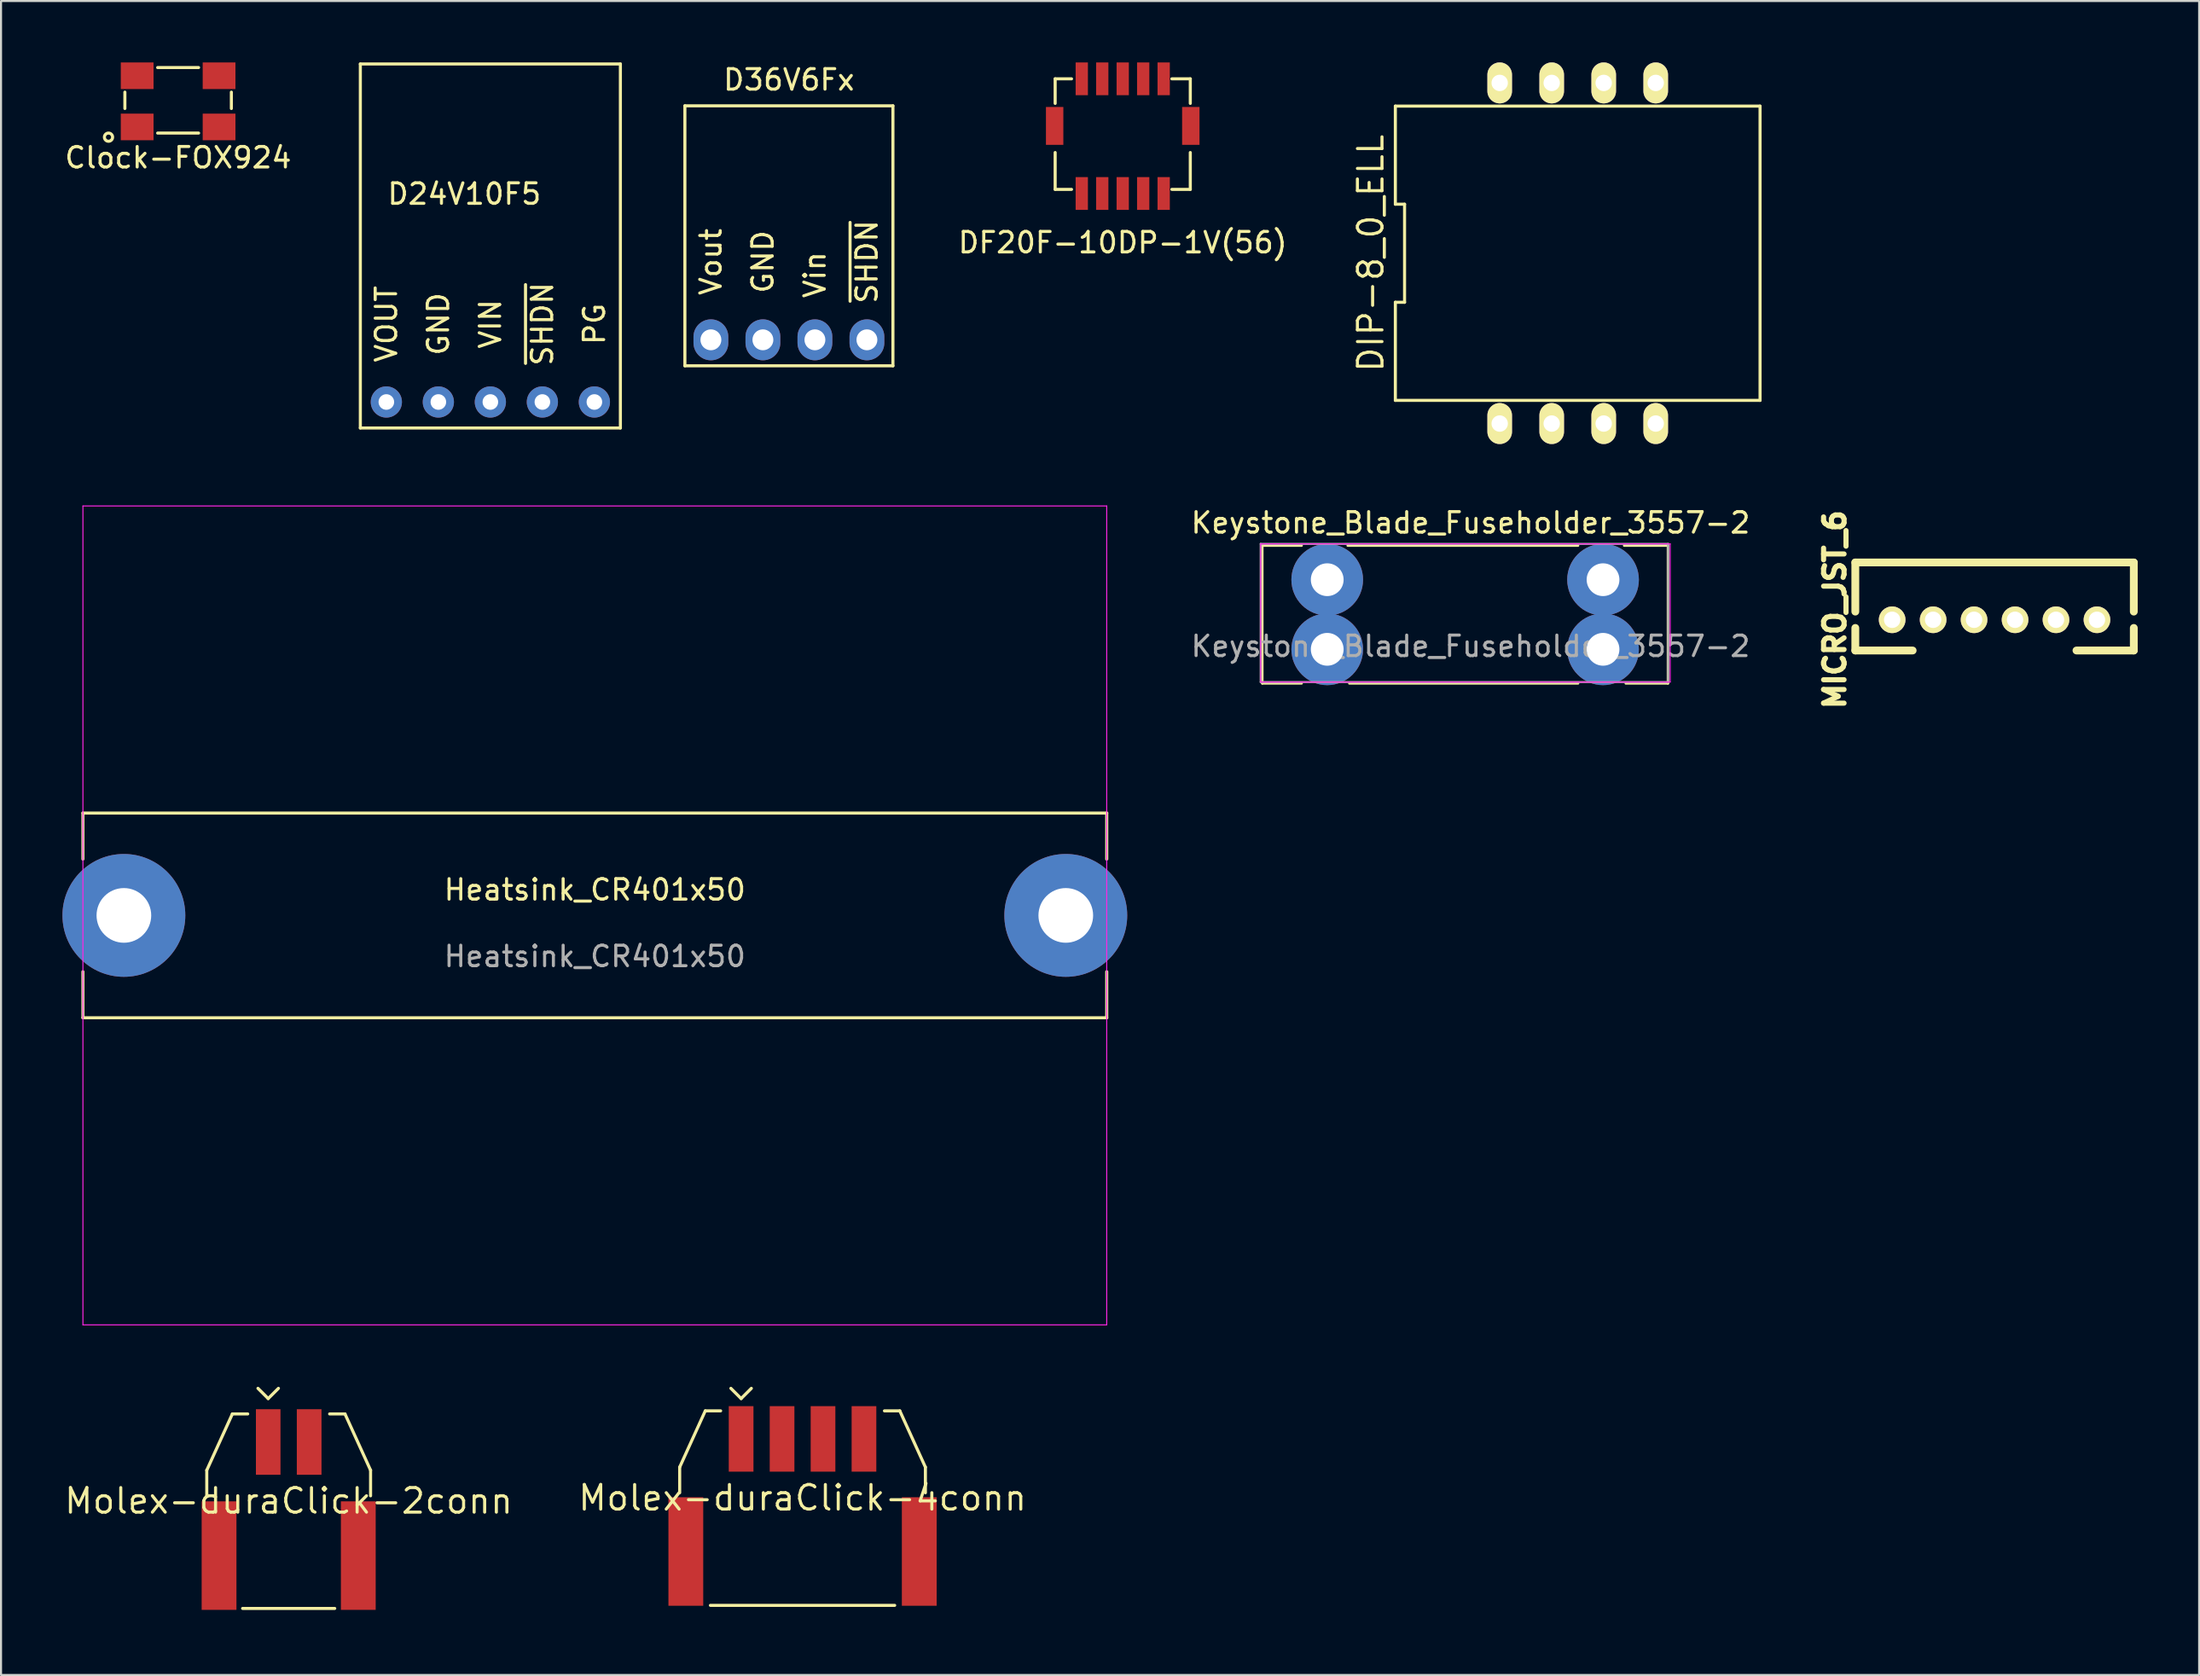
<source format=kicad_pcb>
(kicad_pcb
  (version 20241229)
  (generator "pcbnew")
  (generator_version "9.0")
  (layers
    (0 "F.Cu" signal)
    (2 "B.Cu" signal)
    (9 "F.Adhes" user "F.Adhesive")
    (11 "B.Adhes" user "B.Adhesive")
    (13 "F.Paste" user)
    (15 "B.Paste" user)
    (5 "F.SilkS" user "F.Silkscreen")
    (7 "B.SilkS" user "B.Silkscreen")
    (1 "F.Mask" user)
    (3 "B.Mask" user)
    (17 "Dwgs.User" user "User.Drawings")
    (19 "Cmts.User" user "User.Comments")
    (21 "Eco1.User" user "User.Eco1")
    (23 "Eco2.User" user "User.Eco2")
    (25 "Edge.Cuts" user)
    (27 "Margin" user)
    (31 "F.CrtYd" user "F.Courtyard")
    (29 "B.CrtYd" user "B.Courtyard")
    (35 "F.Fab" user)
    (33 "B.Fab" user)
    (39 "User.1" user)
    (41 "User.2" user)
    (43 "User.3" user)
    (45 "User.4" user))
  (footprint "Keystone_Blade_Fuseholder_3557-2"
    (layer "F.Cu")
    (at 61.768 25.265)
    (property "Reference" "Keystone_Blade_Fuseholder_3557-2" (at 7 -2.78 0) (layer "F.SilkS") (effects (font (size 1 1) (thickness 0.15))))
    (attr through_hole)
    (fp_line (start -3.17 -1.665) (end -1.25 -1.665) (stroke (width 0.12) (type solid)) (layer "F.SilkS"))
    (fp_line (start -3.17 5.065) (end -3.17 -1.665) (stroke (width 0.12) (type solid)) (layer "F.SilkS"))
    (fp_line (start -1.25 5.065) (end -3.17 5.065) (stroke (width 0.12) (type solid)) (layer "F.SilkS"))
    (fp_line (start 1 -1.665) (end 12.25 -1.665) (stroke (width 0.12) (type solid)) (layer "F.SilkS"))
    (fp_line (start 12.25 5.065) (end 1.08 5.065) (stroke (width 0.12) (type solid)) (layer "F.SilkS"))
    (fp_line (start 14.5 -1.665) (end 16.64 -1.665) (stroke (width 0.12) (type solid)) (layer "F.SilkS"))
    (fp_line (start 16.64 -1.665) (end 16.64 5.065) (stroke (width 0.12) (type solid)) (layer "F.SilkS"))
    (fp_line (start 16.64 5.065) (end 14.58 5.065) (stroke (width 0.12) (type solid)) (layer "F.SilkS"))
    (fp_line (start -3.25 -1.75) (end -3.25 5) (stroke (width 0.05) (type solid)) (layer "F.CrtYd"))
    (fp_line (start -3.25 -1.75) (end 16.75 -1.75) (stroke (width 0.05) (type solid)) (layer "F.CrtYd"))
    (fp_line (start 16.75 5) (end -3.25 5) (stroke (width 0.05) (type solid)) (layer "F.CrtYd"))
    (fp_line (start 16.75 5) (end 16.75 -1.75) (stroke (width 0.05) (type solid)) (layer "F.CrtYd"))
    (fp_line (start -3.25 -1.75) (end 16.65 -1.75) (stroke (width 0.1) (type solid)) (layer "F.Fab"))
    (fp_line (start -3.25 5) (end -3.25 -1.75) (stroke (width 0.1) (type solid)) (layer "F.Fab"))
    (fp_line (start 16.65 -1.75) (end 16.65 5) (stroke (width 0.1) (type solid)) (layer "F.Fab"))
    (fp_line (start 16.65 5) (end -3.25 5) (stroke (width 0.1) (type solid)) (layer "F.Fab"))
    (fp_text user "${REFERENCE}" (at 7 3.25 0) (layer "F.Fab") (effects (font (size 1 1) (thickness 0.15))))
    (pad "1" thru_hole circle (at 0 0) (size 3.5 3.5) (drill 1.6) (layers "*.Cu" "*.Mask"))
    (pad "1" thru_hole circle (at 0 3.4) (size 3.5 3.5) (drill 1.6) (layers "*.Cu" "*.Mask"))
    (pad "2" thru_hole circle (at 13.47 0) (size 3.5 3.5) (drill 1.6) (layers "*.Cu" "*.Mask"))
    (pad "2" thru_hole circle (at 13.47 3.4) (size 3.5 3.5) (drill 1.6) (layers "*.Cu" "*.Mask")))
  (footprint "D36V6Fx"
    (layer "F.Cu")
    (at 35.478 13.548)
    (property "Reference" "D36V6Fx" (at 0 -12.7 0) (layer "F.SilkS") (effects (font (size 1 1) (thickness 0.15))))
    (attr through_hole)
    (fp_line (start -5.08 -11.43) (end 5.08 -11.43) (stroke (width 0.15) (type solid)) (layer "F.SilkS"))
    (fp_line (start -5.08 1.27) (end -5.08 -11.43) (stroke (width 0.15) (type solid)) (layer "F.SilkS"))
    (fp_line (start 5.08 -11.43) (end 5.08 1.27) (stroke (width 0.15) (type solid)) (layer "F.SilkS"))
    (fp_line (start 5.08 1.27) (end -5.08 1.27) (stroke (width 0.15) (type solid)) (layer "F.SilkS"))
    (fp_text user "Vout" (at -3.81 -3.81 90) (layer "F.SilkS") (effects (font (size 1 1) (thickness 0.15))))
    (fp_text user "~{SHDN}" (at 3.81 -3.81 90) (layer "F.SilkS") (effects (font (size 1 1) (thickness 0.15))))
    (fp_text user "Vin" (at 1.27 -3.175 90) (layer "F.SilkS") (effects (font (size 1 1) (thickness 0.15))))
    (fp_text user "GND" (at -1.27 -3.81 90) (layer "F.SilkS") (effects (font (size 1 1) (thickness 0.15))))
    (pad "1" thru_hole oval (at -3.81 0) (size 1.7 2) (drill 1.02) (layers "*.Cu" "*.Mask"))
    (pad "2" thru_hole oval (at -1.27 0) (size 1.7 2) (drill 1.02) (layers "*.Cu" "*.Mask"))
    (pad "3" thru_hole oval (at 1.27 0) (size 1.7 2) (drill 1.02) (layers "*.Cu" "*.Mask"))
    (pad "4" thru_hole oval (at 3.81 0) (size 1.7 2) (drill 1.02) (layers "*.Cu" "*.Mask")))
  (footprint "Molex-duraClick-4conn"
    (layer "F.Cu")
    (at 36.144 75.362)
    (property "Reference" "Molex-duraClick-4conn" (at 0 -5.25 0) (layer "F.SilkS") (effects (font (size 1.2 1.2) (thickness 0.15))))
    (attr through_hole)
    (fp_line (start -6 -6.75) (end -6 -5.5) (stroke (width 0.15) (type solid)) (layer "F.SilkS"))
    (fp_line (start -4.75 -9.5) (end -6 -6.75) (stroke (width 0.15) (type solid)) (layer "F.SilkS"))
    (fp_line (start -4.5 0) (end 4.5 0) (stroke (width 0.15) (type solid)) (layer "F.SilkS"))
    (fp_line (start -4 -9.5) (end -4.75 -9.5) (stroke (width 0.15) (type solid)) (layer "F.SilkS"))
    (fp_line (start -3.5 -10.6) (end -3 -10.1) (stroke (width 0.15) (type solid)) (layer "F.SilkS"))
    (fp_line (start -3 -10.1) (end -2.5 -10.6) (stroke (width 0.15) (type solid)) (layer "F.SilkS"))
    (fp_line (start 4 -9.5) (end 4.75 -9.5) (stroke (width 0.15) (type solid)) (layer "F.SilkS"))
    (fp_line (start 6 -6.75) (end 4.75 -9.5) (stroke (width 0.15) (type solid)) (layer "F.SilkS"))
    (fp_line (start 6 -5.5) (end 6 -6.75) (stroke (width 0.15) (type solid)) (layer "F.SilkS"))
    (pad "0" smd rect (at -5.7 -2.63) (size 1.7 5.3) (layers "F.Cu" "F.Mask" "F.Paste"))
    (pad "0" smd rect (at 5.7 -2.63) (size 1.7 5.3) (layers "F.Cu" "F.Mask" "F.Paste"))
    (pad "1" smd rect (at -3 -8.13) (size 1.206 3.2) (layers "F.Cu" "F.Mask" "F.Paste"))
    (pad "2" smd rect (at -1 -8.13) (size 1.206 3.2) (layers "F.Cu" "F.Mask" "F.Paste"))
    (pad "3" smd rect (at 1 -8.13) (size 1.206 3.2) (layers "F.Cu" "F.Mask" "F.Paste"))
    (pad "4" smd rect (at 3 -8.13) (size 1.206 3.2) (layers "F.Cu" "F.Mask" "F.Paste")))
  (footprint "Heatsink_CR401x50"
    (layer "F.Cu")
    (at 26 41.662)
    (property "Reference" "Heatsink_CR401x50" (at 0 -1.25 0) (layer "F.SilkS") (effects (font (size 1 1) (thickness 0.15))))
    (attr through_hole)
    (fp_line (start -25 -2.75) (end -25 -5) (stroke (width 0.15) (type solid)) (layer "F.SilkS"))
    (fp_line (start -25 5) (end -25 2.75) (stroke (width 0.15) (type solid)) (layer "F.SilkS"))
    (fp_line (start -25 5) (end 25 5) (stroke (width 0.15) (type solid)) (layer "F.SilkS"))
    (fp_line (start 25 -5) (end -25 -5) (stroke (width 0.15) (type solid)) (layer "F.SilkS"))
    (fp_line (start 25 -2.75) (end 25 -5) (stroke (width 0.15) (type solid)) (layer "F.SilkS"))
    (fp_line (start 25 5) (end 25 2.75) (stroke (width 0.15) (type solid)) (layer "F.SilkS"))
    (fp_line (start -25 -20) (end -25 20) (stroke (width 0.05) (type solid)) (layer "F.CrtYd"))
    (fp_line (start -25 -20) (end 25 -20) (stroke (width 0.05) (type solid)) (layer "F.CrtYd"))
    (fp_line (start 25 20) (end -25 20) (stroke (width 0.05) (type solid)) (layer "F.CrtYd"))
    (fp_line (start 25 20) (end 25 -20) (stroke (width 0.05) (type solid)) (layer "F.CrtYd"))
    (fp_text user "${REFERENCE}" (at 0 2 0) (layer "F.Fab") (effects (font (size 1 1) (thickness 0.15))))
    (pad "1" thru_hole circle (at -23 0) (size 6 6) (drill 2.67) (layers "*.Cu" "*.Mask"))
    (pad "1" thru_hole circle (at 23 0) (size 6 6) (drill 2.67) (layers "*.Cu" "*.Mask")))
  (footprint "DIP-8_0_ELL"
    (layer "F.Cu")
    (at 74.001 9.319)
    (property "Reference" "DIP-8_0_ELL" (at -10.106 0 90) (layer "F.SilkS") (effects (font (size 1.2 1.2) (thickness 0.15))))
    (attr through_hole)
    (fp_line (start -8.906 -7.186) (end -8.906 -2.395) (stroke (width 0.15) (type solid)) (layer "F.SilkS"))
    (fp_line (start -8.906 -2.395) (end -8.456 -2.395) (stroke (width 0.15) (type solid)) (layer "F.SilkS"))
    (fp_line (start -8.906 2.395) (end -8.906 7.186) (stroke (width 0.15) (type solid)) (layer "F.SilkS"))
    (fp_line (start -8.906 7.186) (end 8.906 7.186) (stroke (width 0.15) (type solid)) (layer "F.SilkS"))
    (fp_line (start -8.456 -2.395) (end -8.456 2.395) (stroke (width 0.15) (type solid)) (layer "F.SilkS"))
    (fp_line (start -8.456 2.395) (end -8.906 2.395) (stroke (width 0.15) (type solid)) (layer "F.SilkS"))
    (fp_line (start 8.906 -7.186) (end -8.906 -7.186) (stroke (width 0.15) (type solid)) (layer "F.SilkS"))
    (fp_line (start 8.906 7.186) (end 8.906 -7.186) (stroke (width 0.15) (type solid)) (layer "F.SilkS"))
    (pad "1" thru_hole oval (at -3.81 8.319) (size 1.2 2) (drill 0.8) (layers "*.Cu" "*.Mask" "F.SilkS"))
    (pad "2" thru_hole oval (at -1.27 8.319) (size 1.2 2) (drill 0.8) (layers "*.Cu" "*.Mask" "F.SilkS"))
    (pad "3" thru_hole oval (at 1.27 8.319) (size 1.2 2) (drill 0.8) (layers "*.Cu" "*.Mask" "F.SilkS"))
    (pad "4" thru_hole oval (at 3.81 8.319) (size 1.2 2) (drill 0.8) (layers "*.Cu" "*.Mask" "F.SilkS"))
    (pad "5" thru_hole oval (at 3.81 -8.319) (size 1.2 2) (drill 0.8) (layers "*.Cu" "*.Mask" "F.SilkS"))
    (pad "6" thru_hole oval (at 1.27 -8.319) (size 1.2 2) (drill 0.8) (layers "*.Cu" "*.Mask" "F.SilkS"))
    (pad "7" thru_hole oval (at -1.27 -8.319) (size 1.2 2) (drill 0.8) (layers "*.Cu" "*.Mask" "F.SilkS"))
    (pad "8" thru_hole oval (at -3.81 -8.319) (size 1.2 2) (drill 0.8) (layers "*.Cu" "*.Mask" "F.SilkS")))
  (footprint "MICRO_JST_6"
    (layer "F.Cu")
    (at 94.359 27.222)
    (property "Reference" "MICRO_JST_6" (at -7.8 -0.5 90) (layer "F.SilkS") (effects (font (size 1 1) (thickness 0.25))))
    (attr through_hole)
    (fp_line (start -6.8 -2.799) (end -6.8 -0.399) (stroke (width 0.381) (type solid)) (layer "F.SilkS"))
    (fp_line (start -6.8 -2.799) (end 6.8 -2.799) (stroke (width 0.381) (type solid)) (layer "F.SilkS"))
    (fp_line (start -6.8 1.501) (end -6.8 0.399) (stroke (width 0.381) (type solid)) (layer "F.SilkS"))
    (fp_line (start -4 1.501) (end -6.8 1.501) (stroke (width 0.381) (type solid)) (layer "F.SilkS"))
    (fp_line (start 6.8 -2.799) (end 6.8 -0.399) (stroke (width 0.381) (type solid)) (layer "F.SilkS"))
    (fp_line (start 6.8 1.501) (end 4 1.501) (stroke (width 0.381) (type solid)) (layer "F.SilkS"))
    (fp_line (start 6.8 1.501) (end 6.8 0.399) (stroke (width 0.381) (type solid)) (layer "F.SilkS"))
    (pad "1" thru_hole circle (at -5.001 0) (size 1.3 1.3) (drill 0.8) (layers "*.Cu" "*.Mask" "F.SilkS"))
    (pad "2" thru_hole circle (at -3 0) (size 1.3 1.3) (drill 0.8) (layers "*.Cu" "*.Mask" "F.SilkS"))
    (pad "3" thru_hole circle (at -1.001 0) (size 1.3 1.3) (drill 0.8) (layers "*.Cu" "*.Mask" "F.SilkS"))
    (pad "4" thru_hole circle (at 1.001 0) (size 1.3 1.3) (drill 0.8) (layers "*.Cu" "*.Mask" "F.SilkS"))
    (pad "5" thru_hole circle (at 3 0) (size 1.3 1.3) (drill 0.8) (layers "*.Cu" "*.Mask" "F.SilkS"))
    (pad "6" thru_hole circle (at 5.001 0) (size 1.3 1.3) (drill 0.8) (layers "*.Cu" "*.Mask" "F.SilkS")))
  (footprint "Clock-FOX924"
    (layer "F.Cu")
    (at 3.649 0.65)
    (property "Reference" "Clock-FOX924" (at 2 4 0) (layer "F.SilkS") (effects (font (size 1 1) (thickness 0.15))))
    (attr through_hole)
    (fp_line (start -0.6 1.6) (end -0.6 0.8) (stroke (width 0.15) (type solid)) (layer "F.SilkS"))
    (fp_line (start 1 -0.4) (end 3 -0.4) (stroke (width 0.15) (type solid)) (layer "F.SilkS"))
    (fp_line (start 3 2.8) (end 1 2.8) (stroke (width 0.15) (type solid)) (layer "F.SilkS"))
    (fp_line (start 4.6 0.8) (end 4.6 1.6) (stroke (width 0.15) (type solid)) (layer "F.SilkS"))
    (fp_circle (center -1.4 3) (end -1.4 2.8) (stroke (width 0.15) (type solid)) (fill no) (layer "F.SilkS"))
    (pad "1" smd rect (at 0 2.5) (size 1.6 1.3) (layers "F.Cu" "F.Mask" "F.Paste"))
    (pad "2" smd rect (at 4 2.5) (size 1.6 1.3) (layers "F.Cu" "F.Mask" "F.Paste"))
    (pad "3" smd rect (at 4 0) (size 1.6 1.3) (layers "F.Cu" "F.Mask" "F.Paste"))
    (pad "4" smd rect (at 0 0) (size 1.6 1.3) (layers "F.Cu" "F.Mask" "F.Paste")))
  (footprint "D24V10F5"
    (layer "F.Cu")
    (at 14.548 17.855)
    (property "Reference" "D24V10F5" (at 5.08 -11.43 0) (layer "F.SilkS") (effects (font (size 1 1) (thickness 0.15))))
    (attr through_hole)
    (fp_line (start 0 -17.78) (end 0 0) (stroke (width 0.15) (type solid)) (layer "F.SilkS"))
    (fp_line (start 0 0) (end 12.7 0) (stroke (width 0.15) (type solid)) (layer "F.SilkS"))
    (fp_line (start 12.7 -17.78) (end 0 -17.78) (stroke (width 0.15) (type solid)) (layer "F.SilkS"))
    (fp_line (start 12.7 0) (end 12.7 -17.78) (stroke (width 0.15) (type solid)) (layer "F.SilkS"))
    (fp_text user "VOUT" (at 1.27 -5.08 90) (layer "F.SilkS") (effects (font (size 1 1) (thickness 0.15))))
    (fp_text user "~{SHDN}" (at 8.89 -5.08 90) (layer "F.SilkS") (effects (font (size 1 1) (thickness 0.15))))
    (fp_text user "VIN" (at 6.35 -5.08 90) (layer "F.SilkS") (effects (font (size 1 1) (thickness 0.15))))
    (fp_text user "PG" (at 11.43 -5.08 90) (layer "F.SilkS") (effects (font (size 1 1) (thickness 0.15))))
    (fp_text user "GND" (at 3.81 -5.08 90) (layer "F.SilkS") (effects (font (size 1 1) (thickness 0.15))))
    (pad "1" thru_hole circle (at 1.27 -1.27) (size 1.524 1.524) (drill 0.762) (layers "*.Cu" "*.Mask"))
    (pad "2" thru_hole circle (at 3.81 -1.27) (size 1.524 1.524) (drill 0.762) (layers "*.Cu" "*.Mask"))
    (pad "3" thru_hole circle (at 6.35 -1.27) (size 1.524 1.524) (drill 0.762) (layers "*.Cu" "*.Mask"))
    (pad "4" thru_hole circle (at 8.89 -1.27) (size 1.524 1.524) (drill 0.762) (layers "*.Cu" "*.Mask"))
    (pad "5" thru_hole circle (at 11.43 -1.27) (size 1.524 1.524) (drill 0.762) (layers "*.Cu" "*.Mask")))
  (footprint "DF20F-10DP-1V(56)"
    (layer "F.Cu")
    (at 51.781 0.8)
    (property "Reference" "DF20F-10DP-1V(56)" (at 0 8 0) (layer "F.SilkS") (effects (font (size 1 1) (thickness 0.15))))
    (attr through_hole)
    (fp_line (start -3.3 0) (end -3.3 1.2) (stroke (width 0.15) (type solid)) (layer "F.SilkS"))
    (fp_line (start -3.3 0) (end -2.5 0) (stroke (width 0.15) (type solid)) (layer "F.SilkS"))
    (fp_line (start -3.3 5.4) (end -3.3 3.6) (stroke (width 0.15) (type solid)) (layer "F.SilkS"))
    (fp_line (start -3.3 5.4) (end -2.5 5.4) (stroke (width 0.15) (type solid)) (layer "F.SilkS"))
    (fp_line (start 2.4 0) (end 3.3 0) (stroke (width 0.15) (type solid)) (layer "F.SilkS"))
    (fp_line (start 2.4 5.4) (end 3.3 5.4) (stroke (width 0.15) (type solid)) (layer "F.SilkS"))
    (fp_line (start 3.3 0) (end 3.3 1.2) (stroke (width 0.15) (type solid)) (layer "F.SilkS"))
    (fp_line (start 3.3 3.6) (end 3.3 5.4) (stroke (width 0.15) (type solid)) (layer "F.SilkS"))
    (pad "0" smd rect (at -3.325 2.3) (size 0.85 1.85) (layers "F.Cu" "F.Mask" "F.Paste"))
    (pad "0" smd rect (at 3.325 2.3) (size 0.85 1.85) (layers "F.Cu" "F.Mask" "F.Paste"))
    (pad "1" smd rect (at -2 0) (size 0.6 1.6) (layers "F.Cu" "F.Mask" "F.Paste"))
    (pad "2" smd rect (at -2 5.6) (size 0.6 1.6) (layers "F.Cu" "F.Mask" "F.Paste"))
    (pad "3" smd rect (at -1 0) (size 0.6 1.6) (layers "F.Cu" "F.Mask" "F.Paste"))
    (pad "4" smd rect (at -1 5.6) (size 0.6 1.6) (layers "F.Cu" "F.Mask" "F.Paste"))
    (pad "5" smd rect (at 0 0) (size 0.6 1.6) (layers "F.Cu" "F.Mask" "F.Paste"))
    (pad "6" smd rect (at 0 5.6) (size 0.6 1.6) (layers "F.Cu" "F.Mask" "F.Paste"))
    (pad "7" smd rect (at 1 0) (size 0.6 1.6) (layers "F.Cu" "F.Mask" "F.Paste"))
    (pad "8" smd rect (at 1 5.6) (size 0.6 1.6) (layers "F.Cu" "F.Mask" "F.Paste"))
    (pad "9" smd rect (at 2 0) (size 0.6 1.6) (layers "F.Cu" "F.Mask" "F.Paste"))
    (pad "10" smd rect (at 2 5.6) (size 0.6 1.6) (layers "F.Cu" "F.Mask" "F.Paste")))
  (footprint "Molex-duraClick-2conn"
    (layer "F.Cu")
    (at 11.048 75.512)
    (property "Reference" "Molex-duraClick-2conn" (at 0 -5.25 0) (layer "F.SilkS") (effects (font (size 1.2 1.2) (thickness 0.15))))
    (attr through_hole)
    (fp_line (start -4 -6.75) (end -4 -5.5) (stroke (width 0.15) (type solid)) (layer "F.SilkS"))
    (fp_line (start -2.75 -9.5) (end -4 -6.75) (stroke (width 0.15) (type solid)) (layer "F.SilkS"))
    (fp_line (start -2.25 0) (end 2.25 0) (stroke (width 0.15) (type solid)) (layer "F.SilkS"))
    (fp_line (start -2 -9.5) (end -2.75 -9.5) (stroke (width 0.15) (type solid)) (layer "F.SilkS"))
    (fp_line (start -1.5 -10.75) (end -1 -10.25) (stroke (width 0.15) (type solid)) (layer "F.SilkS"))
    (fp_line (start -1 -10.25) (end -0.5 -10.75) (stroke (width 0.15) (type solid)) (layer "F.SilkS"))
    (fp_line (start 2.75 -9.5) (end 2 -9.5) (stroke (width 0.15) (type solid)) (layer "F.SilkS"))
    (fp_line (start 4 -6.75) (end 2.75 -9.5) (stroke (width 0.15) (type solid)) (layer "F.SilkS"))
    (fp_line (start 4 -5.5) (end 4 -6.75) (stroke (width 0.15) (type solid)) (layer "F.SilkS"))
    (pad "0" smd rect (at -3.4 -2.58) (size 1.7 5.3) (layers "F.Cu" "F.Mask" "F.Paste"))
    (pad "0" smd rect (at 3.4 -2.58) (size 1.7 5.3) (layers "F.Cu" "F.Mask" "F.Paste"))
    (pad "1" smd rect (at -1 -8.13) (size 1.2 3.2) (layers "F.Cu" "F.Mask" "F.Paste"))
    (pad "2" smd rect (at 1 -8.13) (size 1.206 3.2) (layers "F.Cu" "F.Mask" "F.Paste")))
  (gr_rect
    (start -3 -3)
    (end 104.35 78.762)
    (stroke (width 0.1) (type default))
    (fill no)
    (layer "Edge.Cuts")))
</source>
